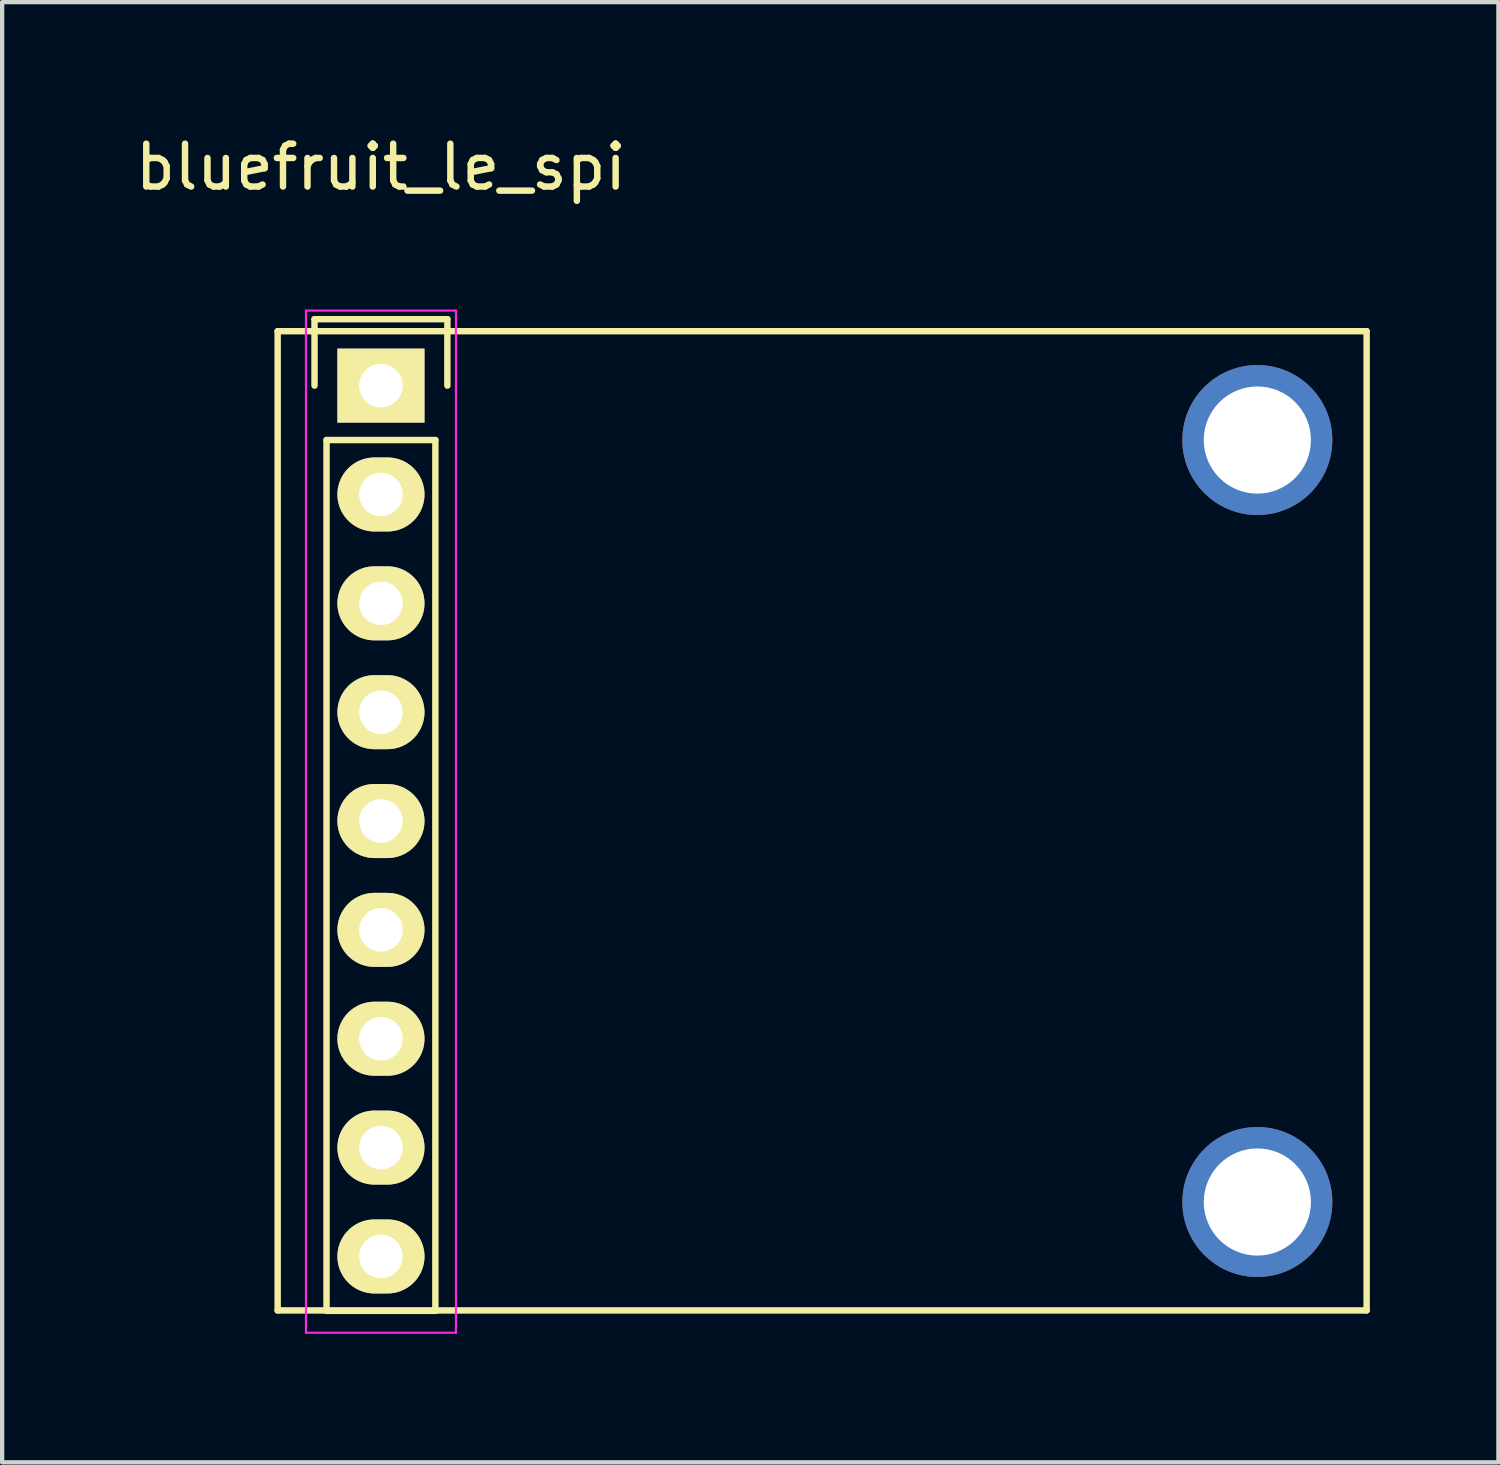
<source format=kicad_pcb>
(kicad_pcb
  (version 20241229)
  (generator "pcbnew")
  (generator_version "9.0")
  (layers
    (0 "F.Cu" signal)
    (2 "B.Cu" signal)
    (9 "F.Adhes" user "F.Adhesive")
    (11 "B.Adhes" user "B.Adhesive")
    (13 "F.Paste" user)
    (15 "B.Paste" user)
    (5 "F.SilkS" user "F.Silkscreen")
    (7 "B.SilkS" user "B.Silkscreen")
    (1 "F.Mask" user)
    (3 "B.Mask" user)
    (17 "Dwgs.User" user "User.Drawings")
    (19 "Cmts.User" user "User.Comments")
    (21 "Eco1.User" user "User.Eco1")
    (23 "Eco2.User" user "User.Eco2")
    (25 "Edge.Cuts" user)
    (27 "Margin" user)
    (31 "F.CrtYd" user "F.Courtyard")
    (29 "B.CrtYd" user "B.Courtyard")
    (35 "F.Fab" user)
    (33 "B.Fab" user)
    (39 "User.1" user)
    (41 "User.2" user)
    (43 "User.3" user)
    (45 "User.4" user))
  (footprint "bluefruit_le_spi"
    (layer "F.Cu")
    (at 5.839 5.948)
    (property "Reference" "bluefruit_le_spi" (at 0 -5.1 0) (layer "F.SilkS") (effects (font (size 1 1) (thickness 0.15))))
    (attr through_hole)
    (fp_line (start -2.41 -1.27) (end 23 -1.27) (stroke (width 0.15) (type solid)) (layer "F.SilkS"))
    (fp_line (start -2.41 21.58) (end -2.41 -1.27) (stroke (width 0.15) (type solid)) (layer "F.SilkS"))
    (fp_line (start -1.55 -1.55) (end 1.55 -1.55) (stroke (width 0.15) (type solid)) (layer "F.SilkS"))
    (fp_line (start -1.55 0) (end -1.55 -1.55) (stroke (width 0.15) (type solid)) (layer "F.SilkS"))
    (fp_line (start -1.27 21.59) (end -1.27 1.27) (stroke (width 0.15) (type solid)) (layer "F.SilkS"))
    (fp_line (start 1.27 1.27) (end -1.27 1.27) (stroke (width 0.15) (type solid)) (layer "F.SilkS"))
    (fp_line (start 1.27 1.27) (end 1.27 21.59) (stroke (width 0.15) (type solid)) (layer "F.SilkS"))
    (fp_line (start 1.27 21.59) (end -1.27 21.59) (stroke (width 0.15) (type solid)) (layer "F.SilkS"))
    (fp_line (start 1.55 -1.55) (end 1.55 0) (stroke (width 0.15) (type solid)) (layer "F.SilkS"))
    (fp_line (start 23 -1.27) (end 23 21.58) (stroke (width 0.15) (type solid)) (layer "F.SilkS"))
    (fp_line (start 23 21.58) (end -2.41 21.58) (stroke (width 0.15) (type solid)) (layer "F.SilkS"))
    (fp_line (start -1.75 -1.75) (end -1.75 22.1) (stroke (width 0.05) (type solid)) (layer "F.CrtYd"))
    (fp_line (start -1.75 -1.75) (end 1.75 -1.75) (stroke (width 0.05) (type solid)) (layer "F.CrtYd"))
    (fp_line (start -1.75 22.1) (end 1.75 22.1) (stroke (width 0.05) (type solid)) (layer "F.CrtYd"))
    (fp_line (start 1.75 -1.75) (end 1.75 22.1) (stroke (width 0.05) (type solid)) (layer "F.CrtYd"))
    (pad "" np_thru_hole circle (at 20.45 1.27) (size 3.5 3.5) (drill 2.5) (layers "*.Cu" "*.Mask"))
    (pad "" np_thru_hole circle (at 20.45 19.05) (size 3.5 3.5) (drill 2.5) (layers "*.Cu" "*.Mask"))
    (pad "1" thru_hole rect (at 0 0) (size 2.032 1.727) (drill 1.016) (layers "*.Cu" "*.Mask" "F.SilkS"))
    (pad "2" thru_hole oval (at 0 2.54) (size 2.032 1.727) (drill 1.016) (layers "*.Cu" "*.Mask" "F.SilkS"))
    (pad "3" thru_hole oval (at 0 5.08) (size 2.032 1.727) (drill 1.016) (layers "*.Cu" "*.Mask" "F.SilkS"))
    (pad "4" thru_hole oval (at 0 7.62) (size 2.032 1.727) (drill 1.016) (layers "*.Cu" "*.Mask" "F.SilkS"))
    (pad "5" thru_hole oval (at 0 10.16) (size 2.032 1.727) (drill 1.016) (layers "*.Cu" "*.Mask" "F.SilkS"))
    (pad "6" thru_hole oval (at 0 12.7) (size 2.032 1.727) (drill 1.016) (layers "*.Cu" "*.Mask" "F.SilkS"))
    (pad "7" thru_hole oval (at 0 15.24) (size 2.032 1.727) (drill 1.016) (layers "*.Cu" "*.Mask" "F.SilkS"))
    (pad "8" thru_hole oval (at 0 17.78) (size 2.032 1.727) (drill 1.016) (layers "*.Cu" "*.Mask" "F.SilkS"))
    (pad "9" thru_hole oval (at 0 20.32) (size 2.032 1.727) (drill 1.016) (layers "*.Cu" "*.Mask" "F.SilkS")))
  (gr_rect
    (start -3 -3)
    (end 31.914 31.073)
    (stroke (width 0.1) (type default))
    (fill no)
    (layer "Edge.Cuts")))
</source>
